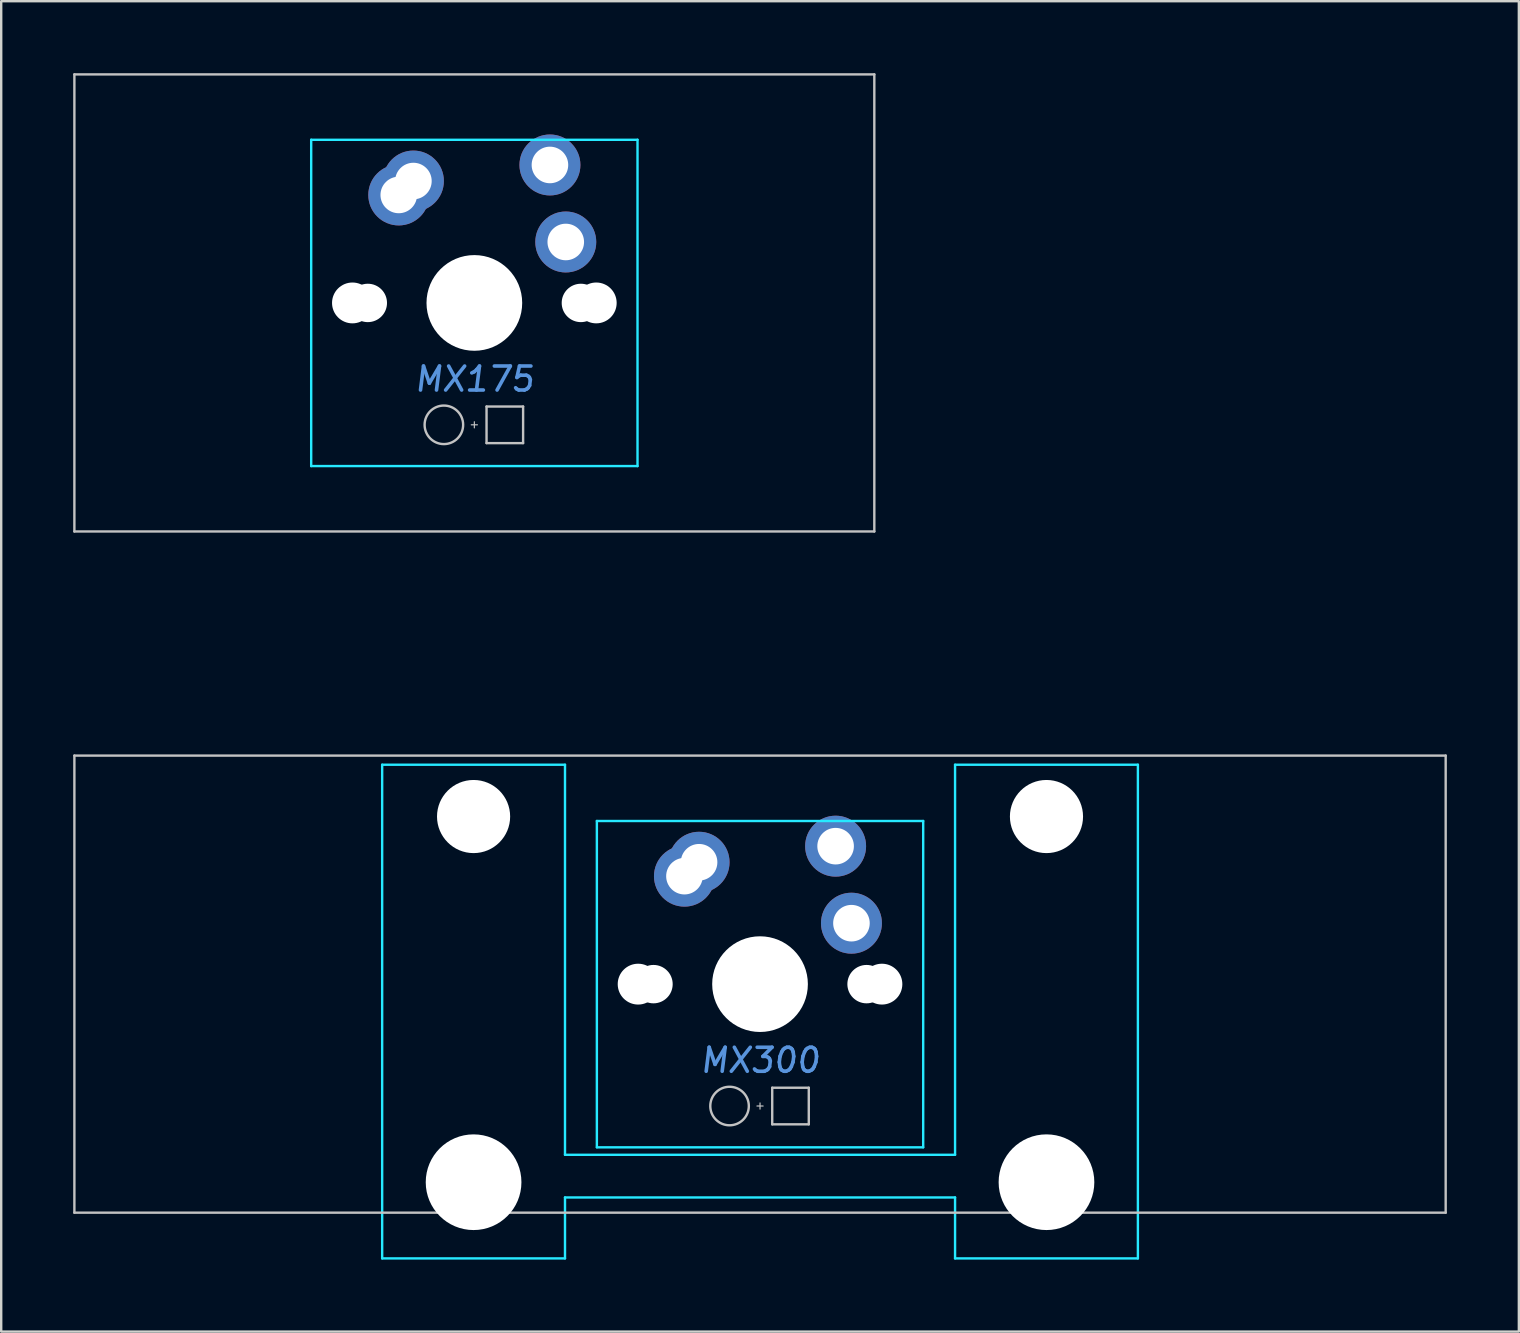
<source format=kicad_pcb>
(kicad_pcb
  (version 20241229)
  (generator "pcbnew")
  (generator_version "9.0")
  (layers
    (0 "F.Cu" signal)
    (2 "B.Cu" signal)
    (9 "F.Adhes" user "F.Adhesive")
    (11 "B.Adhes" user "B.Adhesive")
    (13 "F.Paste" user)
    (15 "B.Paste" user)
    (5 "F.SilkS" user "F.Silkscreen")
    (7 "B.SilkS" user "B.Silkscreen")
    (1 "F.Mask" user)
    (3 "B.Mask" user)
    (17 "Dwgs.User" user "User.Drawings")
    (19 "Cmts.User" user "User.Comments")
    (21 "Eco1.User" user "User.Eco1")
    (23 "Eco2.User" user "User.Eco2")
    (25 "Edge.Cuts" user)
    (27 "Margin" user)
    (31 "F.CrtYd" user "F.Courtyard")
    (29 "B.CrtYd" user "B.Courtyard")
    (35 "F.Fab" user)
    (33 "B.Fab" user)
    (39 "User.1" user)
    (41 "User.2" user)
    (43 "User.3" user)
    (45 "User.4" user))
  (footprint "MX175"
    (layer "F.Cu")
    (at 16.719 9.575)
    (property "Reference" "MX175" (at 0 3.175 0) (layer "Cmts.User") (effects (font (size 1 1) (thickness 0.15) (italic yes))))
    (attr through_hole)
    (fp_line (start -16.669 -9.525) (end -16.669 9.525) (stroke (width 0.1) (type solid)) (layer "Dwgs.User"))
    (fp_line (start -16.669 -9.525) (end 16.669 -9.525) (stroke (width 0.1) (type solid)) (layer "Dwgs.User"))
    (fp_line (start -16.669 9.525) (end 16.669 9.525) (stroke (width 0.1) (type solid)) (layer "Dwgs.User"))
    (fp_line (start -0.127 5.08) (end 0.127 5.08) (stroke (width 0.05) (type solid)) (layer "Dwgs.User"))
    (fp_line (start 0 4.953) (end 0 5.207) (stroke (width 0.05) (type solid)) (layer "Dwgs.User"))
    (fp_line (start 0.508 4.318) (end 0.508 5.842) (stroke (width 0.1) (type solid)) (layer "Dwgs.User"))
    (fp_line (start 0.508 4.318) (end 2.032 4.318) (stroke (width 0.1) (type solid)) (layer "Dwgs.User"))
    (fp_line (start 0.508 5.842) (end 2.032 5.842) (stroke (width 0.1) (type solid)) (layer "Dwgs.User"))
    (fp_line (start 2.032 5.842) (end 2.032 4.318) (stroke (width 0.1) (type solid)) (layer "Dwgs.User"))
    (fp_line (start 16.669 -9.525) (end 16.669 9.525) (stroke (width 0.1) (type solid)) (layer "Dwgs.User"))
    (fp_circle (center -1.27 5.08) (end -0.467 5.08) (stroke (width 0.1) (type solid)) (fill no) (layer "Dwgs.User"))
    (fp_line (start -8.001 -5.715) (end -8.001 -3.175) (stroke (width 0.1) (type solid)) (layer "Eco1.User"))
    (fp_line (start -8.001 5.715) (end -8.001 3.175) (stroke (width 0.1) (type solid)) (layer "Eco1.User"))
    (fp_line (start -7.747 -5.969) (end -7.239 -5.969) (stroke (width 0.1) (type solid)) (layer "Eco1.User"))
    (fp_line (start -7.747 -2.921) (end -7.239 -2.921) (stroke (width 0.1) (type solid)) (layer "Eco1.User"))
    (fp_line (start -7.747 2.921) (end -7.239 2.921) (stroke (width 0.1) (type solid)) (layer "Eco1.User"))
    (fp_line (start -7.747 5.969) (end -7.239 5.969) (stroke (width 0.1) (type solid)) (layer "Eco1.User"))
    (fp_line (start -6.985 -6.223) (end -6.985 -6.731) (stroke (width 0.1) (type solid)) (layer "Eco1.User"))
    (fp_line (start -6.985 -2.667) (end -6.985 2.667) (stroke (width 0.1) (type solid)) (layer "Eco1.User"))
    (fp_line (start -6.985 6.223) (end -6.985 6.731) (stroke (width 0.1) (type solid)) (layer "Eco1.User"))
    (fp_line (start -2.159 0) (end 2.159 0) (stroke (width 0.1) (type solid)) (layer "Eco1.User"))
    (fp_line (start 0 -2.286) (end 0 2.286) (stroke (width 0.1) (type solid)) (layer "Eco1.User"))
    (fp_line (start 6.731 -6.985) (end -6.731 -6.985) (stroke (width 0.1) (type solid)) (layer "Eco1.User"))
    (fp_line (start 6.731 6.985) (end -6.731 6.985) (stroke (width 0.1) (type solid)) (layer "Eco1.User"))
    (fp_line (start 6.985 -6.223) (end 6.985 -6.731) (stroke (width 0.1) (type solid)) (layer "Eco1.User"))
    (fp_line (start 6.985 2.667) (end 6.985 -2.667) (stroke (width 0.1) (type solid)) (layer "Eco1.User"))
    (fp_line (start 6.985 6.223) (end 6.985 6.731) (stroke (width 0.1) (type solid)) (layer "Eco1.User"))
    (fp_line (start 7.747 -5.969) (end 7.239 -5.969) (stroke (width 0.1) (type solid)) (layer "Eco1.User"))
    (fp_line (start 7.747 -2.921) (end 7.239 -2.921) (stroke (width 0.1) (type solid)) (layer "Eco1.User"))
    (fp_line (start 7.747 2.921) (end 7.239 2.921) (stroke (width 0.1) (type solid)) (layer "Eco1.User"))
    (fp_line (start 7.747 5.969) (end 7.239 5.969) (stroke (width 0.1) (type solid)) (layer "Eco1.User"))
    (fp_line (start 8.001 -5.715) (end 8.001 -3.175) (stroke (width 0.1) (type solid)) (layer "Eco1.User"))
    (fp_line (start 8.001 5.715) (end 8.001 3.175) (stroke (width 0.1) (type solid)) (layer "Eco1.User"))
    (fp_arc (start -8.001 -5.715) (mid -7.926605 -5.894605) (end -7.747 -5.969) (stroke (width 0.1) (type solid)) (layer "Eco1.User"))
    (fp_arc (start -8.001 3.175) (mid -7.926605 2.995395) (end -7.747 2.921) (stroke (width 0.1) (type solid)) (layer "Eco1.User"))
    (fp_arc (start -7.747 -2.921) (mid -7.926605 -2.995395) (end -8.001 -3.175) (stroke (width 0.1) (type solid)) (layer "Eco1.User"))
    (fp_arc (start -7.747 5.969) (mid -7.926605 5.894605) (end -8.001 5.715) (stroke (width 0.1) (type solid)) (layer "Eco1.User"))
    (fp_arc (start -7.239 -2.921) (mid -7.059395 -2.846605) (end -6.985 -2.667) (stroke (width 0.1) (type solid)) (layer "Eco1.User"))
    (fp_arc (start -7.239 5.969) (mid -7.059395 6.043395) (end -6.985 6.223) (stroke (width 0.1) (type solid)) (layer "Eco1.User"))
    (fp_arc (start -6.985 -6.731) (mid -6.910605 -6.910605) (end -6.731 -6.985) (stroke (width 0.1) (type solid)) (layer "Eco1.User"))
    (fp_arc (start -6.985 -6.223) (mid -7.059395 -6.043395) (end -7.239 -5.969) (stroke (width 0.1) (type solid)) (layer "Eco1.User"))
    (fp_arc (start -6.985 2.667) (mid -7.059395 2.846605) (end -7.239 2.921) (stroke (width 0.1) (type solid)) (layer "Eco1.User"))
    (fp_arc (start -6.731 6.985) (mid -6.910605 6.910605) (end -6.985 6.731) (stroke (width 0.1) (type solid)) (layer "Eco1.User"))
    (fp_arc (start 6.731 -6.985) (mid 6.910605 -6.910605) (end 6.985 -6.731) (stroke (width 0.1) (type solid)) (layer "Eco1.User"))
    (fp_arc (start 6.985 -2.667) (mid 7.059395 -2.846605) (end 7.239 -2.921) (stroke (width 0.1) (type solid)) (layer "Eco1.User"))
    (fp_arc (start 6.985 6.223) (mid 7.059395 6.043395) (end 7.239 5.969) (stroke (width 0.1) (type solid)) (layer "Eco1.User"))
    (fp_arc (start 6.985 6.731) (mid 6.910605 6.910605) (end 6.731 6.985) (stroke (width 0.1) (type solid)) (layer "Eco1.User"))
    (fp_arc (start 7.239 -5.969) (mid 7.059395 -6.043395) (end 6.985 -6.223) (stroke (width 0.1) (type solid)) (layer "Eco1.User"))
    (fp_arc (start 7.239 2.921) (mid 7.059395 2.846605) (end 6.985 2.667) (stroke (width 0.1) (type solid)) (layer "Eco1.User"))
    (fp_arc (start 7.747 -5.969) (mid 7.926605 -5.894605) (end 8.001 -5.715) (stroke (width 0.1) (type solid)) (layer "Eco1.User"))
    (fp_arc (start 7.747 2.921) (mid 7.926605 2.995395) (end 8.001 3.175) (stroke (width 0.1) (type solid)) (layer "Eco1.User"))
    (fp_arc (start 8.001 -3.175) (mid 7.926605 -2.995395) (end 7.747 -2.921) (stroke (width 0.1) (type solid)) (layer "Eco1.User"))
    (fp_arc (start 8.001 5.715) (mid 7.926605 5.894605) (end 7.747 5.969) (stroke (width 0.1) (type solid)) (layer "Eco1.User"))
    (fp_circle (center 0 0) (end 1.905 0) (stroke (width 0.1) (type solid)) (fill no) (layer "Eco1.User"))
    (fp_line (start -6.8 -6.8) (end 6.8 -6.8) (stroke (width 0.1) (type solid)) (layer "B.CrtYd"))
    (fp_line (start -6.8 6.8) (end -6.8 -6.8) (stroke (width 0.1) (type solid)) (layer "B.CrtYd"))
    (fp_line (start -6.8 6.8) (end 6.8 6.8) (stroke (width 0.1) (type solid)) (layer "B.CrtYd"))
    (fp_line (start 6.8 6.8) (end 6.8 -6.8) (stroke (width 0.1) (type solid)) (layer "B.CrtYd"))
    (pad "" np_thru_hole circle (at -5.08 0) (size 1.702 1.702) (drill 1.702) (layers "*.Cu" "*.Mask"))
    (pad "" np_thru_hole circle (at -4.44 0) (size 1.6 1.6) (drill 1.6) (layers "*.Cu" "*.Mask"))
    (pad "" np_thru_hole circle (at 0 0) (size 3.988 3.988) (drill 3.988) (layers "*.Cu" "*.Mask"))
    (pad "" np_thru_hole circle (at 4.44 0) (size 1.6 1.6) (drill 1.6) (layers "*.Cu" "*.Mask"))
    (pad "" np_thru_hole circle (at 5.08 0) (size 1.702 1.702) (drill 1.702) (layers "*.Cu" "*.Mask"))
    (pad "1" thru_hole circle (at -3.15 -4.5) (size 2.54 2.54) (drill 1.524) (layers "*.Cu" "*.Mask"))
    (pad "1" thru_hole circle (at -2.54 -5.08) (size 2.54 2.54) (drill 1.524) (layers "*.Cu" "*.Mask"))
    (pad "2" thru_hole circle (at 3.15 -5.75) (size 2.54 2.54) (drill 1.524) (layers "*.Cu" "*.Mask"))
    (pad "2" thru_hole circle (at 3.81 -2.54) (size 2.54 2.54) (drill 1.524) (layers "*.Cu" "*.Mask")))
  (footprint "MX300"
    (layer "F.Cu")
    (at 28.625 37.965)
    (property "Reference" "MX300" (at 0 3.175 0) (layer "Cmts.User") (effects (font (size 1 1) (thickness 0.15) (italic yes))))
    (attr through_hole)
    (fp_line (start -28.575 -9.525) (end -28.575 9.525) (stroke (width 0.1) (type solid)) (layer "Dwgs.User"))
    (fp_line (start -28.575 -9.525) (end 28.575 -9.525) (stroke (width 0.1) (type solid)) (layer "Dwgs.User"))
    (fp_line (start -28.575 9.525) (end 28.575 9.525) (stroke (width 0.1) (type solid)) (layer "Dwgs.User"))
    (fp_line (start -0.127 5.08) (end 0.127 5.08) (stroke (width 0.05) (type solid)) (layer "Dwgs.User"))
    (fp_line (start 0 5.207) (end 0 4.953) (stroke (width 0.05) (type solid)) (layer "Dwgs.User"))
    (fp_line (start 0.508 4.318) (end 0.508 5.842) (stroke (width 0.1) (type solid)) (layer "Dwgs.User"))
    (fp_line (start 0.508 4.318) (end 2.032 4.318) (stroke (width 0.1) (type solid)) (layer "Dwgs.User"))
    (fp_line (start 0.508 5.842) (end 2.032 5.842) (stroke (width 0.1) (type solid)) (layer "Dwgs.User"))
    (fp_line (start 2.032 5.842) (end 2.032 4.318) (stroke (width 0.1) (type solid)) (layer "Dwgs.User"))
    (fp_line (start 28.575 -9.525) (end 28.575 9.525) (stroke (width 0.1) (type solid)) (layer "Dwgs.User"))
    (fp_circle (center -1.27 5.08) (end -0.467 5.08) (stroke (width 0.1) (type solid)) (fill no) (layer "Dwgs.User"))
    (fp_line (start -23.241 -3.303) (end -22.225 -3.303) (stroke (width 0.1) (type solid)) (layer "Eco1.User"))
    (fp_line (start -23.241 -0.509) (end -23.241 -3.303) (stroke (width 0.1) (type solid)) (layer "Eco1.User"))
    (fp_line (start -22.225 -3.303) (end -22.225 -5.69) (stroke (width 0.1) (type solid)) (layer "Eco1.User"))
    (fp_line (start -22.225 -0.509) (end -23.241 -0.509) (stroke (width 0.1) (type solid)) (layer "Eco1.User"))
    (fp_line (start -22.225 -5.69) (end -15.57 -5.69) (stroke (width 0.1) (type solid)) (layer "Eco1.User"))
    (fp_line (start -22.225 6.603) (end -22.225 -0.509) (stroke (width 0.1) (type solid)) (layer "Eco1.User"))
    (fp_line (start -20.421 6.603) (end -22.225 6.603) (stroke (width 0.1) (type solid)) (layer "Eco1.User"))
    (fp_line (start -20.421 7.772) (end -20.421 6.603) (stroke (width 0.1) (type solid)) (layer "Eco1.User"))
    (fp_line (start -17.373 6.603) (end -17.373 7.772) (stroke (width 0.1) (type solid)) (layer "Eco1.User"))
    (fp_line (start -17.373 7.772) (end -20.421 7.772) (stroke (width 0.1) (type solid)) (layer "Eco1.User"))
    (fp_line (start -15.57 -5.69) (end -15.57 -2.286) (stroke (width 0.1) (type solid)) (layer "Eco1.User"))
    (fp_line (start -15.57 -2.286) (end -6.985 -2.286) (stroke (width 0.1) (type solid)) (layer "Eco1.User"))
    (fp_line (start -15.57 2.286) (end -15.57 6.603) (stroke (width 0.1) (type solid)) (layer "Eco1.User"))
    (fp_line (start -15.57 6.603) (end -17.373 6.603) (stroke (width 0.1) (type solid)) (layer "Eco1.User"))
    (fp_line (start -7 -7) (end 7 -7) (stroke (width 0.1) (type solid)) (layer "Eco1.User"))
    (fp_line (start -7 7) (end -6.985 2.286) (stroke (width 0.1) (type solid)) (layer "Eco1.User"))
    (fp_line (start -6.985 -2.286) (end -7 -7) (stroke (width 0.1) (type solid)) (layer "Eco1.User"))
    (fp_line (start -6.985 2.286) (end -15.57 2.286) (stroke (width 0.1) (type solid)) (layer "Eco1.User"))
    (fp_line (start 0 -15.765) (end 0 -15.765) (stroke (width 0.1) (type solid)) (layer "Eco1.User"))
    (fp_line (start 0 -15.765) (end 0 -15.765) (stroke (width 0.1) (type solid)) (layer "Eco1.User"))
    (fp_line (start 0 -15.765) (end 0 -15.765) (stroke (width 0.1) (type solid)) (layer "Eco1.User"))
    (fp_line (start 0 -0.941) (end 0.000056 0.941) (stroke (width 0.1) (type solid)) (layer "Eco1.User"))
    (fp_line (start 0.941 -0.000055) (end -0.941 0.000001) (stroke (width 0.1) (type solid)) (layer "Eco1.User"))
    (fp_line (start 6.985 -2.286) (end 15.57 -2.286) (stroke (width 0.1) (type solid)) (layer "Eco1.User"))
    (fp_line (start 6.985 6.985) (end -7 7) (stroke (width 0.1) (type solid)) (layer "Eco1.User"))
    (fp_line (start 6.985 2.286) (end 6.985 6.985) (stroke (width 0.1) (type solid)) (layer "Eco1.User"))
    (fp_line (start 7 -7) (end 6.985 -2.286) (stroke (width 0.1) (type solid)) (layer "Eco1.User"))
    (fp_line (start 15.57 -2.286) (end 15.57 -5.69) (stroke (width 0.1) (type solid)) (layer "Eco1.User"))
    (fp_line (start 15.57 6.603) (end 15.57 2.286) (stroke (width 0.1) (type solid)) (layer "Eco1.User"))
    (fp_line (start 15.57 -5.69) (end 22.225 -5.69) (stroke (width 0.1) (type solid)) (layer "Eco1.User"))
    (fp_line (start 15.57 2.286) (end 6.985 2.286) (stroke (width 0.1) (type solid)) (layer "Eco1.User"))
    (fp_line (start 17.373 6.603) (end 15.57 6.603) (stroke (width 0.1) (type solid)) (layer "Eco1.User"))
    (fp_line (start 17.373 7.772) (end 17.373 6.603) (stroke (width 0.1) (type solid)) (layer "Eco1.User"))
    (fp_line (start 20.421 6.603) (end 20.421 7.772) (stroke (width 0.1) (type solid)) (layer "Eco1.User"))
    (fp_line (start 20.421 7.772) (end 17.373 7.772) (stroke (width 0.1) (type solid)) (layer "Eco1.User"))
    (fp_line (start 22.225 -5.69) (end 22.225 -3.303) (stroke (width 0.1) (type solid)) (layer "Eco1.User"))
    (fp_line (start 22.225 6.603) (end 20.421 6.603) (stroke (width 0.1) (type solid)) (layer "Eco1.User"))
    (fp_line (start 22.225 -3.303) (end 23.241 -3.303) (stroke (width 0.1) (type solid)) (layer "Eco1.User"))
    (fp_line (start 22.225 -0.509) (end 22.225 6.603) (stroke (width 0.1) (type solid)) (layer "Eco1.User"))
    (fp_line (start 23.241 -3.303) (end 23.241 -0.509) (stroke (width 0.1) (type solid)) (layer "Eco1.User"))
    (fp_line (start 23.241 -0.509) (end 22.225 -0.509) (stroke (width 0.1) (type solid)) (layer "Eco1.User"))
    (fp_line (start -15.748 -9.144) (end -8.128 -9.144) (stroke (width 0.1) (type solid)) (layer "B.CrtYd"))
    (fp_line (start -15.748 11.43) (end -15.748 -9.144) (stroke (width 0.1) (type solid)) (layer "B.CrtYd"))
    (fp_line (start -8.128 -9.144) (end -8.128 7.112) (stroke (width 0.1) (type solid)) (layer "B.CrtYd"))
    (fp_line (start -8.128 7.112) (end 8.128 7.112) (stroke (width 0.1) (type solid)) (layer "B.CrtYd"))
    (fp_line (start -8.128 8.89) (end 8.128 8.89) (stroke (width 0.1) (type solid)) (layer "B.CrtYd"))
    (fp_line (start -8.128 11.43) (end -15.748 11.43) (stroke (width 0.1) (type solid)) (layer "B.CrtYd"))
    (fp_line (start -8.128 11.43) (end -8.128 8.89) (stroke (width 0.1) (type solid)) (layer "B.CrtYd"))
    (fp_line (start -6.8 6.8) (end -6.8 -6.8) (stroke (width 0.1) (type solid)) (layer "B.CrtYd"))
    (fp_line (start 6.8 -6.8) (end -6.8 -6.8) (stroke (width 0.1) (type solid)) (layer "B.CrtYd"))
    (fp_line (start 6.8 6.8) (end -6.8 6.8) (stroke (width 0.1) (type solid)) (layer "B.CrtYd"))
    (fp_line (start 6.8 6.8) (end 6.8 -6.8) (stroke (width 0.1) (type solid)) (layer "B.CrtYd"))
    (fp_line (start 8.128 -9.144) (end 8.128 7.112) (stroke (width 0.1) (type solid)) (layer "B.CrtYd"))
    (fp_line (start 8.128 -9.144) (end 15.748 -9.144) (stroke (width 0.1) (type solid)) (layer "B.CrtYd"))
    (fp_line (start 8.128 11.43) (end 8.128 8.89) (stroke (width 0.1) (type solid)) (layer "B.CrtYd"))
    (fp_line (start 15.748 -9.144) (end 15.748 11.43) (stroke (width 0.1) (type solid)) (layer "B.CrtYd"))
    (fp_line (start 15.748 11.43) (end 8.128 11.43) (stroke (width 0.1) (type solid)) (layer "B.CrtYd"))
    (pad "" np_thru_hole circle (at -11.938 -6.985) (size 3.048 3.048) (drill 3.048) (layers "*.Cu" "*.Mask"))
    (pad "" np_thru_hole circle (at -11.938 8.255) (size 3.988 3.988) (drill 3.988) (layers "*.Cu" "*.Mask"))
    (pad "" np_thru_hole circle (at -5.08 0) (size 1.702 1.702) (drill 1.702) (layers "*.Cu" "*.Mask"))
    (pad "" np_thru_hole circle (at -4.44 0) (size 1.6 1.6) (drill 1.6) (layers "*.Cu" "*.Mask"))
    (pad "" np_thru_hole circle (at 0 0) (size 3.988 3.988) (drill 3.988) (layers "*.Cu" "*.Mask"))
    (pad "" np_thru_hole circle (at 4.44 0) (size 1.6 1.6) (drill 1.6) (layers "*.Cu" "*.Mask"))
    (pad "" np_thru_hole circle (at 5.08 0) (size 1.702 1.702) (drill 1.702) (layers "*.Cu" "*.Mask"))
    (pad "" np_thru_hole circle (at 11.938 -6.985) (size 3.048 3.048) (drill 3.048) (layers "*.Cu" "*.Mask"))
    (pad "" np_thru_hole circle (at 11.938 8.255) (size 3.988 3.988) (drill 3.988) (layers "*.Cu" "*.Mask"))
    (pad "1" thru_hole circle (at -3.15 -4.5) (size 2.54 2.54) (drill 1.524) (layers "*.Cu" "*.Mask"))
    (pad "1" thru_hole circle (at -2.54 -5.08) (size 2.54 2.54) (drill 1.524) (layers "*.Cu" "*.Mask"))
    (pad "2" thru_hole circle (at 3.15 -5.75) (size 2.54 2.54) (drill 1.524) (layers "*.Cu" "*.Mask"))
    (pad "2" thru_hole circle (at 3.81 -2.54) (size 2.54 2.54) (drill 1.524) (layers "*.Cu" "*.Mask")))
  (gr_rect
    (start -3 -3)
    (end 60.25 52.445)
    (stroke (width 0.1) (type default))
    (fill no)
    (layer "Edge.Cuts")))
</source>
